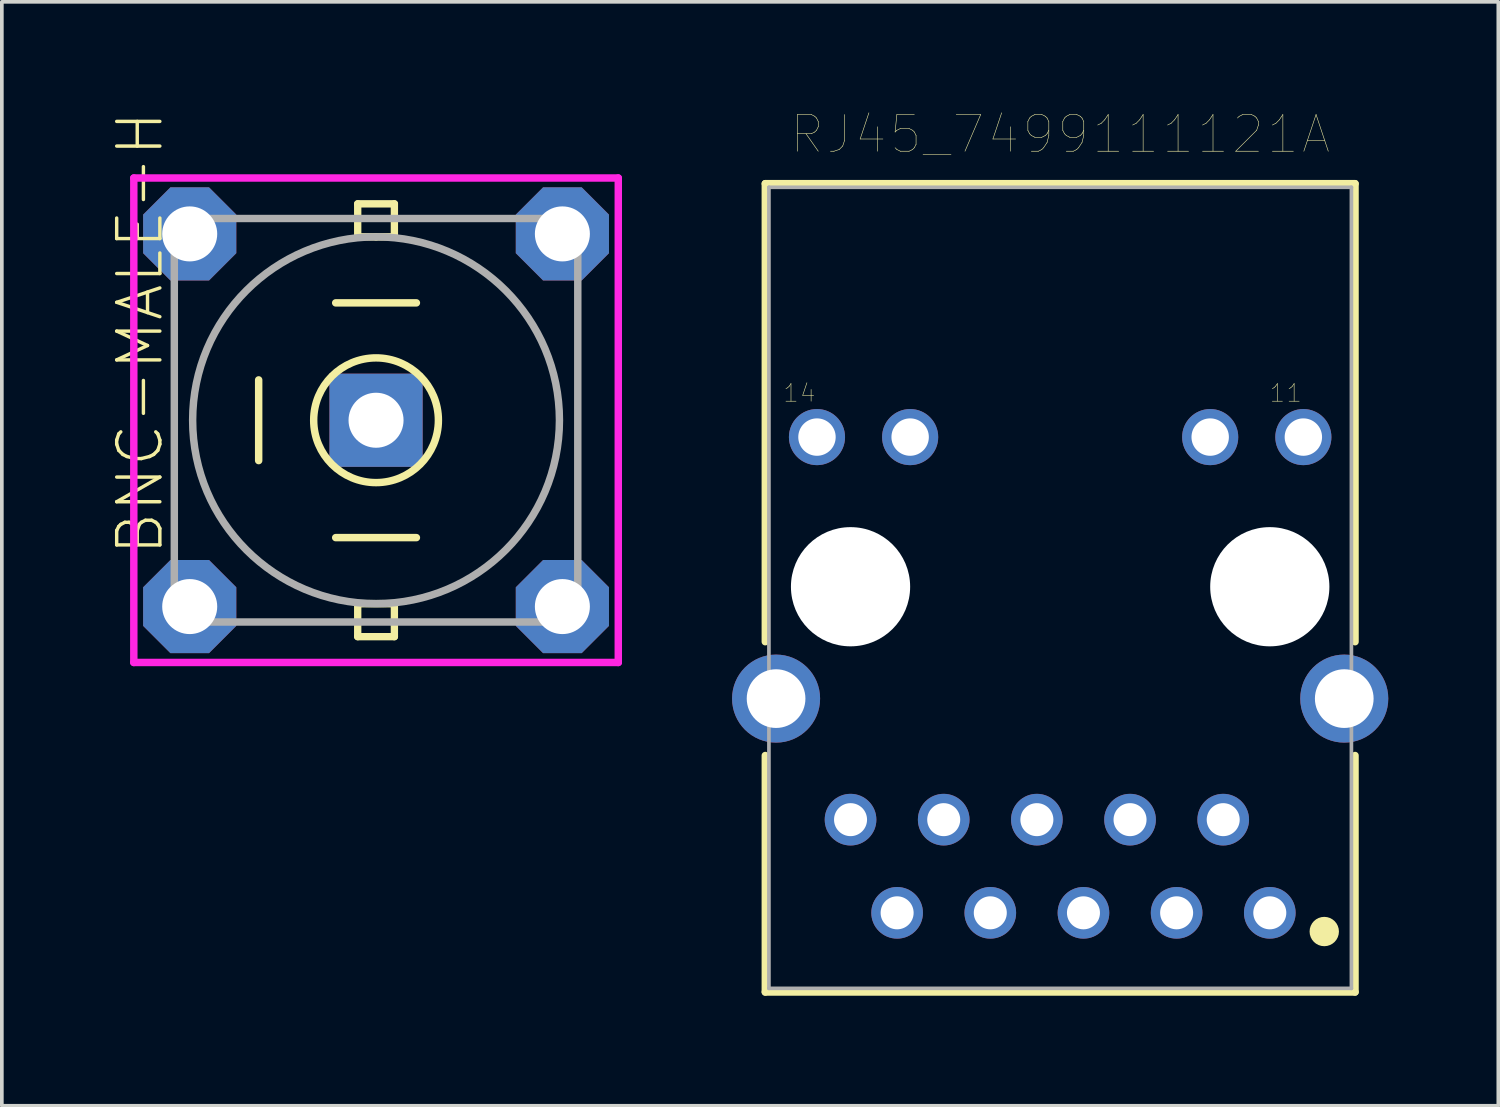
<source format=kicad_pcb>
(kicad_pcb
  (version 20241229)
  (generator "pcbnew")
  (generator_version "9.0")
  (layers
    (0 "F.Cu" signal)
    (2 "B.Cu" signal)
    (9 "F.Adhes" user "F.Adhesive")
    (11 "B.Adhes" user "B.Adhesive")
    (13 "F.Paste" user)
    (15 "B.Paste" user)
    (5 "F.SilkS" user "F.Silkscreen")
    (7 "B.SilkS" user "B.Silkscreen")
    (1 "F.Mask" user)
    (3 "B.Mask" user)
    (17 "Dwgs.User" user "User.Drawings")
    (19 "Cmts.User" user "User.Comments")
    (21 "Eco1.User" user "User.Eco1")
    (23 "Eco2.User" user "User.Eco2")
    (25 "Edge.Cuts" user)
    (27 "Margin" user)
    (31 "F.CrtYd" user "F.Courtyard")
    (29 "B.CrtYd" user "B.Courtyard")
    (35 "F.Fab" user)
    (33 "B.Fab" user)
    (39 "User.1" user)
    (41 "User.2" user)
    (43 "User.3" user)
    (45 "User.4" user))
  (footprint "BNC-MALE-H"
    (layer "F.Cu")
    (at 7.202 8.407)
    (property "Reference" "BNC-MALE-H" (at -5.745 3.74 90) (layer "F.SilkS") (effects (font (size 1.177 1.177) (thickness 0.093)) (justify left bottom)))
    (fp_line (start -3.2 1.1) (end -3.2 -1.1) (stroke (width 0.203) (type solid)) (layer "F.SilkS"))
    (fp_line (start -1.1 -3.2) (end 1.1 -3.2) (stroke (width 0.203) (type solid)) (layer "F.SilkS"))
    (fp_line (start -0.5 -5.9) (end 0.5 -5.9) (stroke (width 0.2) (type solid)) (layer "F.SilkS"))
    (fp_line (start -0.5 -5) (end -0.5 -5.9) (stroke (width 0.2) (type solid)) (layer "F.SilkS"))
    (fp_line (start -0.5 -5) (end 0 -5) (stroke (width 0.203) (type solid)) (layer "F.SilkS"))
    (fp_line (start -0.5 5.9) (end -0.5 5) (stroke (width 0.2) (type solid)) (layer "F.SilkS"))
    (fp_line (start 0 -5) (end 0.5 -5) (stroke (width 0.203) (type solid)) (layer "F.SilkS"))
    (fp_line (start 0.5 -5.9) (end 0.5 -5) (stroke (width 0.2) (type solid)) (layer "F.SilkS"))
    (fp_line (start 0.5 5) (end -0.5 5) (stroke (width 0.203) (type solid)) (layer "F.SilkS"))
    (fp_line (start 0.5 5) (end 0.5 5.9) (stroke (width 0.2) (type solid)) (layer "F.SilkS"))
    (fp_line (start 0.5 5.9) (end -0.5 5.9) (stroke (width 0.2) (type solid)) (layer "F.SilkS"))
    (fp_line (start 1.1 3.2) (end -1.1 3.2) (stroke (width 0.203) (type solid)) (layer "F.SilkS"))
    (fp_circle (center 0 0) (end 1.7 0) (stroke (width 0.203) (type solid)) (fill no) (layer "F.SilkS"))
    (fp_line (start -6.604 -6.604) (end 6.604 -6.604) (stroke (width 0.203) (type solid)) (layer "F.CrtYd"))
    (fp_line (start -6.604 6.604) (end -6.604 -6.604) (stroke (width 0.203) (type solid)) (layer "F.CrtYd"))
    (fp_line (start 6.604 -6.604) (end 6.604 6.604) (stroke (width 0.203) (type solid)) (layer "F.CrtYd"))
    (fp_line (start 6.604 6.604) (end -6.604 6.604) (stroke (width 0.203) (type solid)) (layer "F.CrtYd"))
    (fp_line (start -5.5 -5.5) (end 5.5 -5.5) (stroke (width 0.203) (type solid)) (layer "F.Fab"))
    (fp_line (start -5.5 5.5) (end -5.5 -5.5) (stroke (width 0.203) (type solid)) (layer "F.Fab"))
    (fp_line (start 5.5 -5.5) (end 5.5 5.5) (stroke (width 0.203) (type solid)) (layer "F.Fab"))
    (fp_line (start 5.5 5.5) (end -5.5 5.5) (stroke (width 0.203) (type solid)) (layer "F.Fab"))
    (fp_circle (center 0 0) (end 5 0) (stroke (width 0.203) (type solid)) (fill no) (layer "F.Fab"))
    (pad "1" thru_hole rect (at 0 0) (size 2.54 2.54) (drill 1.5) (layers "*.Cu" "*.Mask"))
    (pad "2" thru_hole roundrect (at -5.08 -5.08) (size 2.54 2.54) (drill 1.5) (layers "*.Cu" "*.Mask") (roundrect_rratio 0.25) (chamfer_ratio 0.293) (chamfer top_left top_right bottom_left bottom_right))
    (pad "2" thru_hole roundrect (at -5.08 5.08) (size 2.54 2.54) (drill 1.5) (layers "*.Cu" "*.Mask") (roundrect_rratio 0.25) (chamfer_ratio 0.293) (chamfer top_left top_right bottom_left bottom_right))
    (pad "2" thru_hole roundrect (at 5.08 -5.08) (size 2.54 2.54) (drill 1.5) (layers "*.Cu" "*.Mask") (roundrect_rratio 0.25) (chamfer_ratio 0.293) (chamfer top_left top_right bottom_left bottom_right))
    (pad "2" thru_hole roundrect (at 5.08 5.08) (size 2.54 2.54) (drill 1.5) (layers "*.Cu" "*.Mask") (roundrect_rratio 0.25) (chamfer_ratio 0.293) (chamfer top_left top_right bottom_left bottom_right)))
  (footprint "RJ45_7499111121A"
    (layer "F.Cu")
    (at 25.853 12.946)
    (property "Reference" "RJ45_7499111121A" (at 0 -12.335 0) (layer "F.SilkS") (effects (font (size 1 1) (thickness 0.015))))
    (attr through_hole)
    (fp_line (start -8.04 1.5) (end -8.04 -10.99) (stroke (width 0.2) (type solid)) (layer "F.SilkS"))
    (fp_line (start -8.04 4.6) (end -8.04 11.05) (stroke (width 0.2) (type solid)) (layer "F.SilkS"))
    (fp_line (start -8.04 11.05) (end 8.04 11.05) (stroke (width 0.2) (type solid)) (layer "F.SilkS"))
    (fp_line (start 8.04 -10.99) (end -8.04 -10.99) (stroke (width 0.2) (type solid)) (layer "F.SilkS"))
    (fp_line (start 8.04 -10.99) (end 8.04 1.5) (stroke (width 0.2) (type solid)) (layer "F.SilkS"))
    (fp_line (start 8.04 4.6) (end 8.04 11.05) (stroke (width 0.2) (type solid)) (layer "F.SilkS"))
    (fp_circle (center 7.2 9.4) (end 7.4 9.4) (stroke (width 0.4) (type solid)) (fill no) (layer "F.SilkS"))
    (fp_line (start -7.94 -10.89) (end -7.94 10.95) (stroke (width 0.1) (type solid)) (layer "F.Fab"))
    (fp_line (start -7.94 10.95) (end 7.94 10.95) (stroke (width 0.1) (type solid)) (layer "F.Fab"))
    (fp_line (start 7.94 -10.89) (end -7.94 -10.89) (stroke (width 0.1) (type solid)) (layer "F.Fab"))
    (fp_line (start 7.94 10.95) (end 7.94 -10.89) (stroke (width 0.1) (type solid)) (layer "F.Fab"))
    (fp_text user "11" (at 6.15 -5.28 0) (layer "F.SilkS") (effects (font (size 0.48 0.48) (thickness 0.015))))
    (fp_text user "14" (at -7.11 -5.28 0) (layer "F.SilkS") (effects (font (size 0.48 0.48) (thickness 0.015))))
    (pad "" np_thru_hole circle (at -5.715 0) (size 3.25 3.25) (drill 3.25) (layers "*.Cu" "*.Mask"))
    (pad "" np_thru_hole circle (at 5.715 0) (size 3.25 3.25) (drill 3.25) (layers "*.Cu" "*.Mask"))
    (pad "1" thru_hole circle (at 5.715 8.89) (size 1.408 1.408) (drill 0.9) (layers "*.Cu" "*.Mask"))
    (pad "2" thru_hole circle (at 4.445 6.35) (size 1.408 1.408) (drill 0.9) (layers "*.Cu" "*.Mask"))
    (pad "3" thru_hole circle (at 3.175 8.89) (size 1.408 1.408) (drill 0.9) (layers "*.Cu" "*.Mask"))
    (pad "4" thru_hole circle (at 1.905 6.35) (size 1.408 1.408) (drill 0.9) (layers "*.Cu" "*.Mask"))
    (pad "5" thru_hole circle (at 0.635 8.89) (size 1.408 1.408) (drill 0.9) (layers "*.Cu" "*.Mask"))
    (pad "6" thru_hole circle (at -0.635 6.35) (size 1.408 1.408) (drill 0.9) (layers "*.Cu" "*.Mask"))
    (pad "7" thru_hole circle (at -1.905 8.89) (size 1.408 1.408) (drill 0.9) (layers "*.Cu" "*.Mask"))
    (pad "8" thru_hole circle (at -3.175 6.35) (size 1.408 1.408) (drill 0.9) (layers "*.Cu" "*.Mask"))
    (pad "9" thru_hole circle (at -4.445 8.89) (size 1.408 1.408) (drill 0.9) (layers "*.Cu" "*.Mask"))
    (pad "10" thru_hole circle (at -5.715 6.35) (size 1.408 1.408) (drill 0.9) (layers "*.Cu" "*.Mask"))
    (pad "11" thru_hole circle (at 6.63 -4.08) (size 1.53 1.53) (drill 1.02) (layers "*.Cu" "*.Mask"))
    (pad "12" thru_hole circle (at 4.09 -4.08) (size 1.53 1.53) (drill 1.02) (layers "*.Cu" "*.Mask"))
    (pad "13" thru_hole circle (at -4.09 -4.08) (size 1.53 1.53) (drill 1.02) (layers "*.Cu" "*.Mask"))
    (pad "14" thru_hole circle (at -6.63 -4.08) (size 1.53 1.53) (drill 1.02) (layers "*.Cu" "*.Mask"))
    (pad "Z1" thru_hole circle (at -7.745 3.05) (size 2.4 2.4) (drill 1.6) (layers "*.Cu" "*.Mask"))
    (pad "Z2" thru_hole circle (at 7.745 3.05) (size 2.4 2.4) (drill 1.6) (layers "*.Cu" "*.Mask")))
  (gr_rect
    (start -3 -3)
    (end 37.798 27.096)
    (stroke (width 0.1) (type default))
    (fill no)
    (layer "Edge.Cuts")))
</source>
